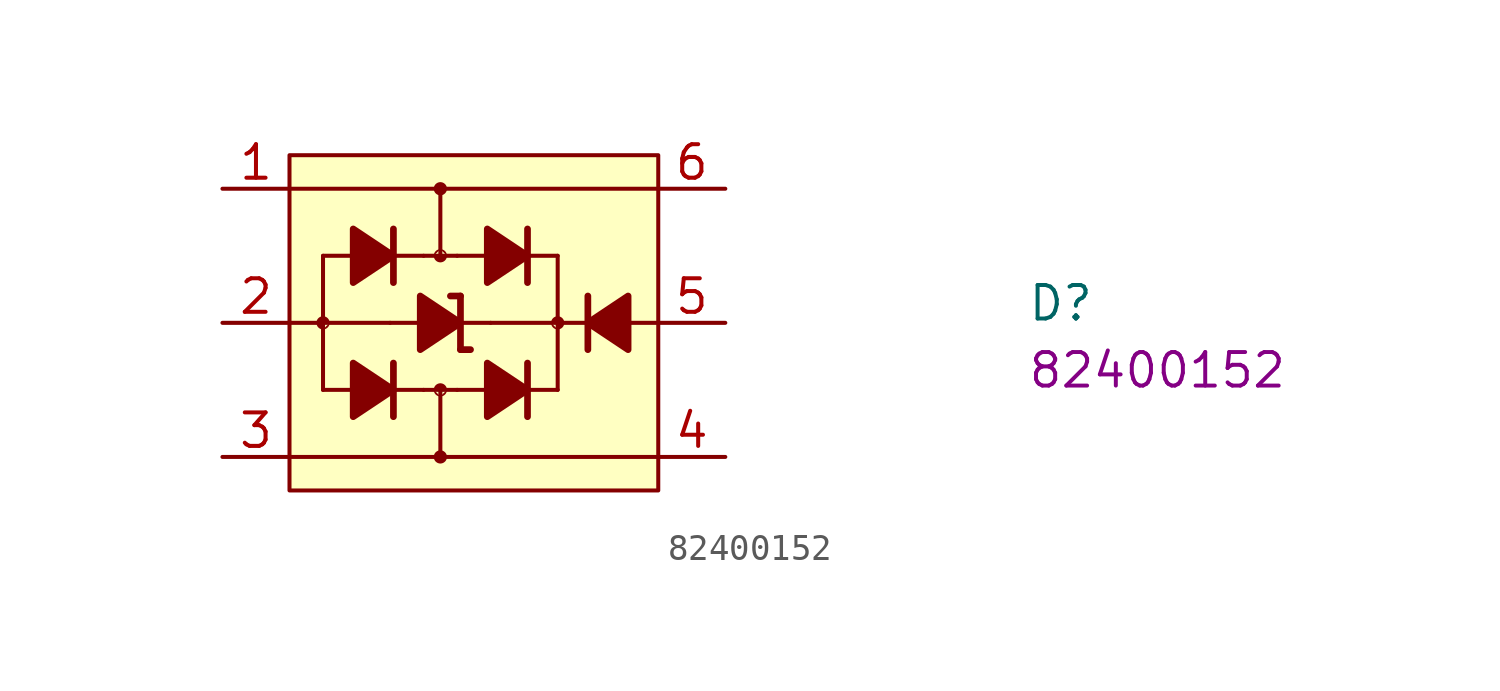
<source format=kicad_sym>
(kicad_symbol_lib
  (version 20220914)
  (generator kicad_symbol_editor)
  (symbol "82400152"
    (property "Reference" "D"
      (at 30.48 -5.08 0)
      (effects (font (size 1.27 1.27) (thickness 0.15)) (justify left bottom)))
    (property "MPN" "82400152"
      (at 30.48 -7.62 0)
      (effects (font (size 1.27 1.27) (thickness 0.15)) (justify left bottom)))
    (symbol "82400152_0_1"
      (polyline (pts (xy 3.81 -7.62) (xy 5.08 -7.62)) (stroke (width 0) (type default)) (fill (type none)))
      (polyline (pts (xy 3.81 -5.08) (xy 2.54 -5.08)) (stroke (width 0) (type default)) (fill (type none)))
      (polyline (pts (xy 3.81 -5.08) (xy 6.35 -5.08)) (stroke (width 0) (type default)) (fill (type none)))
      (polyline (pts (xy 3.81 -2.54) (xy 3.81 -7.62)) (stroke (width 0) (type default)) (fill (type none)))
      (polyline (pts (xy 3.81 -2.54) (xy 5.08 -2.54)) (stroke (width 0) (type default)) (fill (type none)))
      (polyline (pts (xy 6.35 -7.62) (xy 7.62 -7.62)) (stroke (width 0) (type default)) (fill (type none)))
      (polyline (pts (xy 6.35 -5.08) (xy 7.62 -5.08)) (stroke (width 0) (type default)) (fill (type none)))
      (polyline (pts (xy 6.35 -2.54) (xy 7.62 -2.54)) (stroke (width 0) (type default)) (fill (type none)))
      (polyline (pts (xy 7.62 -7.62) (xy 8.89 -7.62)) (stroke (width 0) (type default)) (fill (type none)))
      (polyline (pts (xy 7.62 -2.54) (xy 8.89 -2.54)) (stroke (width 0) (type default)) (fill (type none)))
      (polyline (pts (xy 8.255 -7.62) (xy 8.255 -10.16)) (stroke (width 0) (type default)) (fill (type none)))
      (polyline (pts (xy 8.255 0) (xy 8.255 -2.54)) (stroke (width 0) (type default)) (fill (type none)))
      (polyline (pts (xy 8.89 -7.62) (xy 10.16 -7.62)) (stroke (width 0) (type default)) (fill (type none)))
      (polyline (pts (xy 8.89 -5.08) (xy 10.16 -5.08)) (stroke (width 0) (type default)) (fill (type none)))
      (polyline (pts (xy 8.89 -2.54) (xy 10.16 -2.54)) (stroke (width 0) (type default)) (fill (type none)))
      (polyline (pts (xy 10.16 -5.08) (xy 12.7 -5.08)) (stroke (width 0) (type default)) (fill (type none)))
      (polyline (pts (xy 11.43 -7.62) (xy 12.7 -7.62)) (stroke (width 0) (type default)) (fill (type none)))
      (polyline (pts (xy 11.43 -2.54) (xy 12.7 -2.54)) (stroke (width 0) (type default)) (fill (type none)))
      (polyline (pts (xy 12.7 -2.54) (xy 12.7 -7.62)) (stroke (width 0) (type default)) (fill (type none)))
      (polyline (pts (xy 13.97 -5.08) (xy 12.7 -5.08)) (stroke (width 0) (type default)) (fill (type none)))
      (polyline (pts (xy 16.51 -10.16) (xy 2.54 -10.16)) (stroke (width 0) (type default)) (fill (type none)))
      (polyline (pts (xy 16.51 -5.08) (xy 15.24 -5.08)) (stroke (width 0) (type default)) (fill (type none)))
      (polyline (pts (xy 16.51 0) (xy 2.54 0)) (stroke (width 0) (type default)) (fill (type none))))
    (symbol "82400152_1_1"
      (polyline (pts (xy 6.477 -8.636) (xy 6.477 -6.604)) (stroke (width 0.254) (type default)) (fill (type none)))
      (polyline (pts (xy 6.477 -3.556) (xy 6.477 -1.524)) (stroke (width 0.254) (type default)) (fill (type none)))
      (polyline (pts (xy 8.636 -4.064) (xy 9.017 -4.064)) (stroke (width 0.254) (type default)) (fill (type none)))
      (polyline (pts (xy 9.017 -6.096) (xy 9.017 -4.064)) (stroke (width 0.254) (type default)) (fill (type none)))
      (polyline (pts (xy 9.017 -6.096) (xy 9.398 -6.096)) (stroke (width 0.254) (type default)) (fill (type none)))
      (polyline (pts (xy 11.557 -8.636) (xy 11.557 -6.604)) (stroke (width 0.254) (type default)) (fill (type none)))
      (polyline (pts (xy 11.557 -3.556) (xy 11.557 -1.524)) (stroke (width 0.254) (type default)) (fill (type none)))
      (polyline (pts (xy 13.843 -4.064) (xy 13.843 -6.096)) (stroke (width 0.254) (type default)) (fill (type none)))
      (polyline (pts (xy 4.953 -8.636) (xy 4.953 -6.604) (xy 6.477 -7.62) (xy 4.953 -8.636)) (stroke (width 0.254) (type default)) (fill (type outline)))
      (polyline (pts (xy 4.953 -3.556) (xy 4.953 -1.524) (xy 6.477 -2.54) (xy 4.953 -3.556)) (stroke (width 0.254) (type default)) (fill (type outline)))
      (polyline (pts (xy 7.493 -6.096) (xy 7.493 -4.064) (xy 9.017 -5.08) (xy 7.493 -6.096)) (stroke (width 0.254) (type default)) (fill (type outline)))
      (polyline (pts (xy 10.033 -8.636) (xy 10.033 -6.604) (xy 11.557 -7.62) (xy 10.033 -8.636)) (stroke (width 0.254) (type default)) (fill (type outline)))
      (polyline (pts (xy 10.033 -3.556) (xy 10.033 -1.524) (xy 11.557 -2.54) (xy 10.033 -3.556)) (stroke (width 0.254) (type default)) (fill (type outline)))
      (polyline (pts (xy 15.367 -4.064) (xy 15.367 -6.096) (xy 13.843 -5.08) (xy 15.367 -4.064)) (stroke (width 0.254) (type default)) (fill (type outline)))
      (rectangle (start 2.54 1.27) (end 16.51 -11.43) (stroke (width 0) (type default)) (fill (type background)))
      (circle (center 3.81 -5.08) (radius 0.0001) (stroke (width 0.5) (type default)) (fill (type outline)))
      (circle (center 8.255 -10.16) (radius 0.0001) (stroke (width 0.5) (type default)) (fill (type outline)))
      (circle (center 8.255 -7.62) (radius 0.0001) (stroke (width 0.5) (type default)) (fill (type outline)))
      (circle (center 8.255 -2.54) (radius 0.0001) (stroke (width 0.5) (type default)) (fill (type outline)))
      (circle (center 8.255 0) (radius 0.0001) (stroke (width 0.5) (type default)) (fill (type outline)))
      (circle (center 12.7 -5.08) (radius 0.0001) (stroke (width 0.5) (type default)) (fill (type outline)))
      (pin passive line (at 0 0 0) (length 2.54) (name "~" (effects (font (size 1.27 1.27)))) (number "1" (effects (font (size 1.27 1.27)))))
      (pin passive line (at 0 -5.08 0) (length 2.54) (name "~" (effects (font (size 1.27 1.27)))) (number "2" (effects (font (size 1.27 1.27)))))
      (pin passive line (at 0 -10.16 0) (length 2.54) (name "~" (effects (font (size 1.27 1.27)))) (number "3" (effects (font (size 1.27 1.27)))))
      (pin passive line (at 19.05 -10.16 180) (length 2.54) (name "~" (effects (font (size 1.27 1.27)))) (number "4" (effects (font (size 1.27 1.27)))))
      (pin passive line (at 19.05 -5.08 180) (length 2.54) (name "~" (effects (font (size 1.27 1.27)))) (number "5" (effects (font (size 1.27 1.27)))))
      (pin passive line (at 19.05 0 180) (length 2.54) (name "~" (effects (font (size 1.27 1.27)))) (number "6" (effects (font (size 1.27 1.27))))))))
</source>
